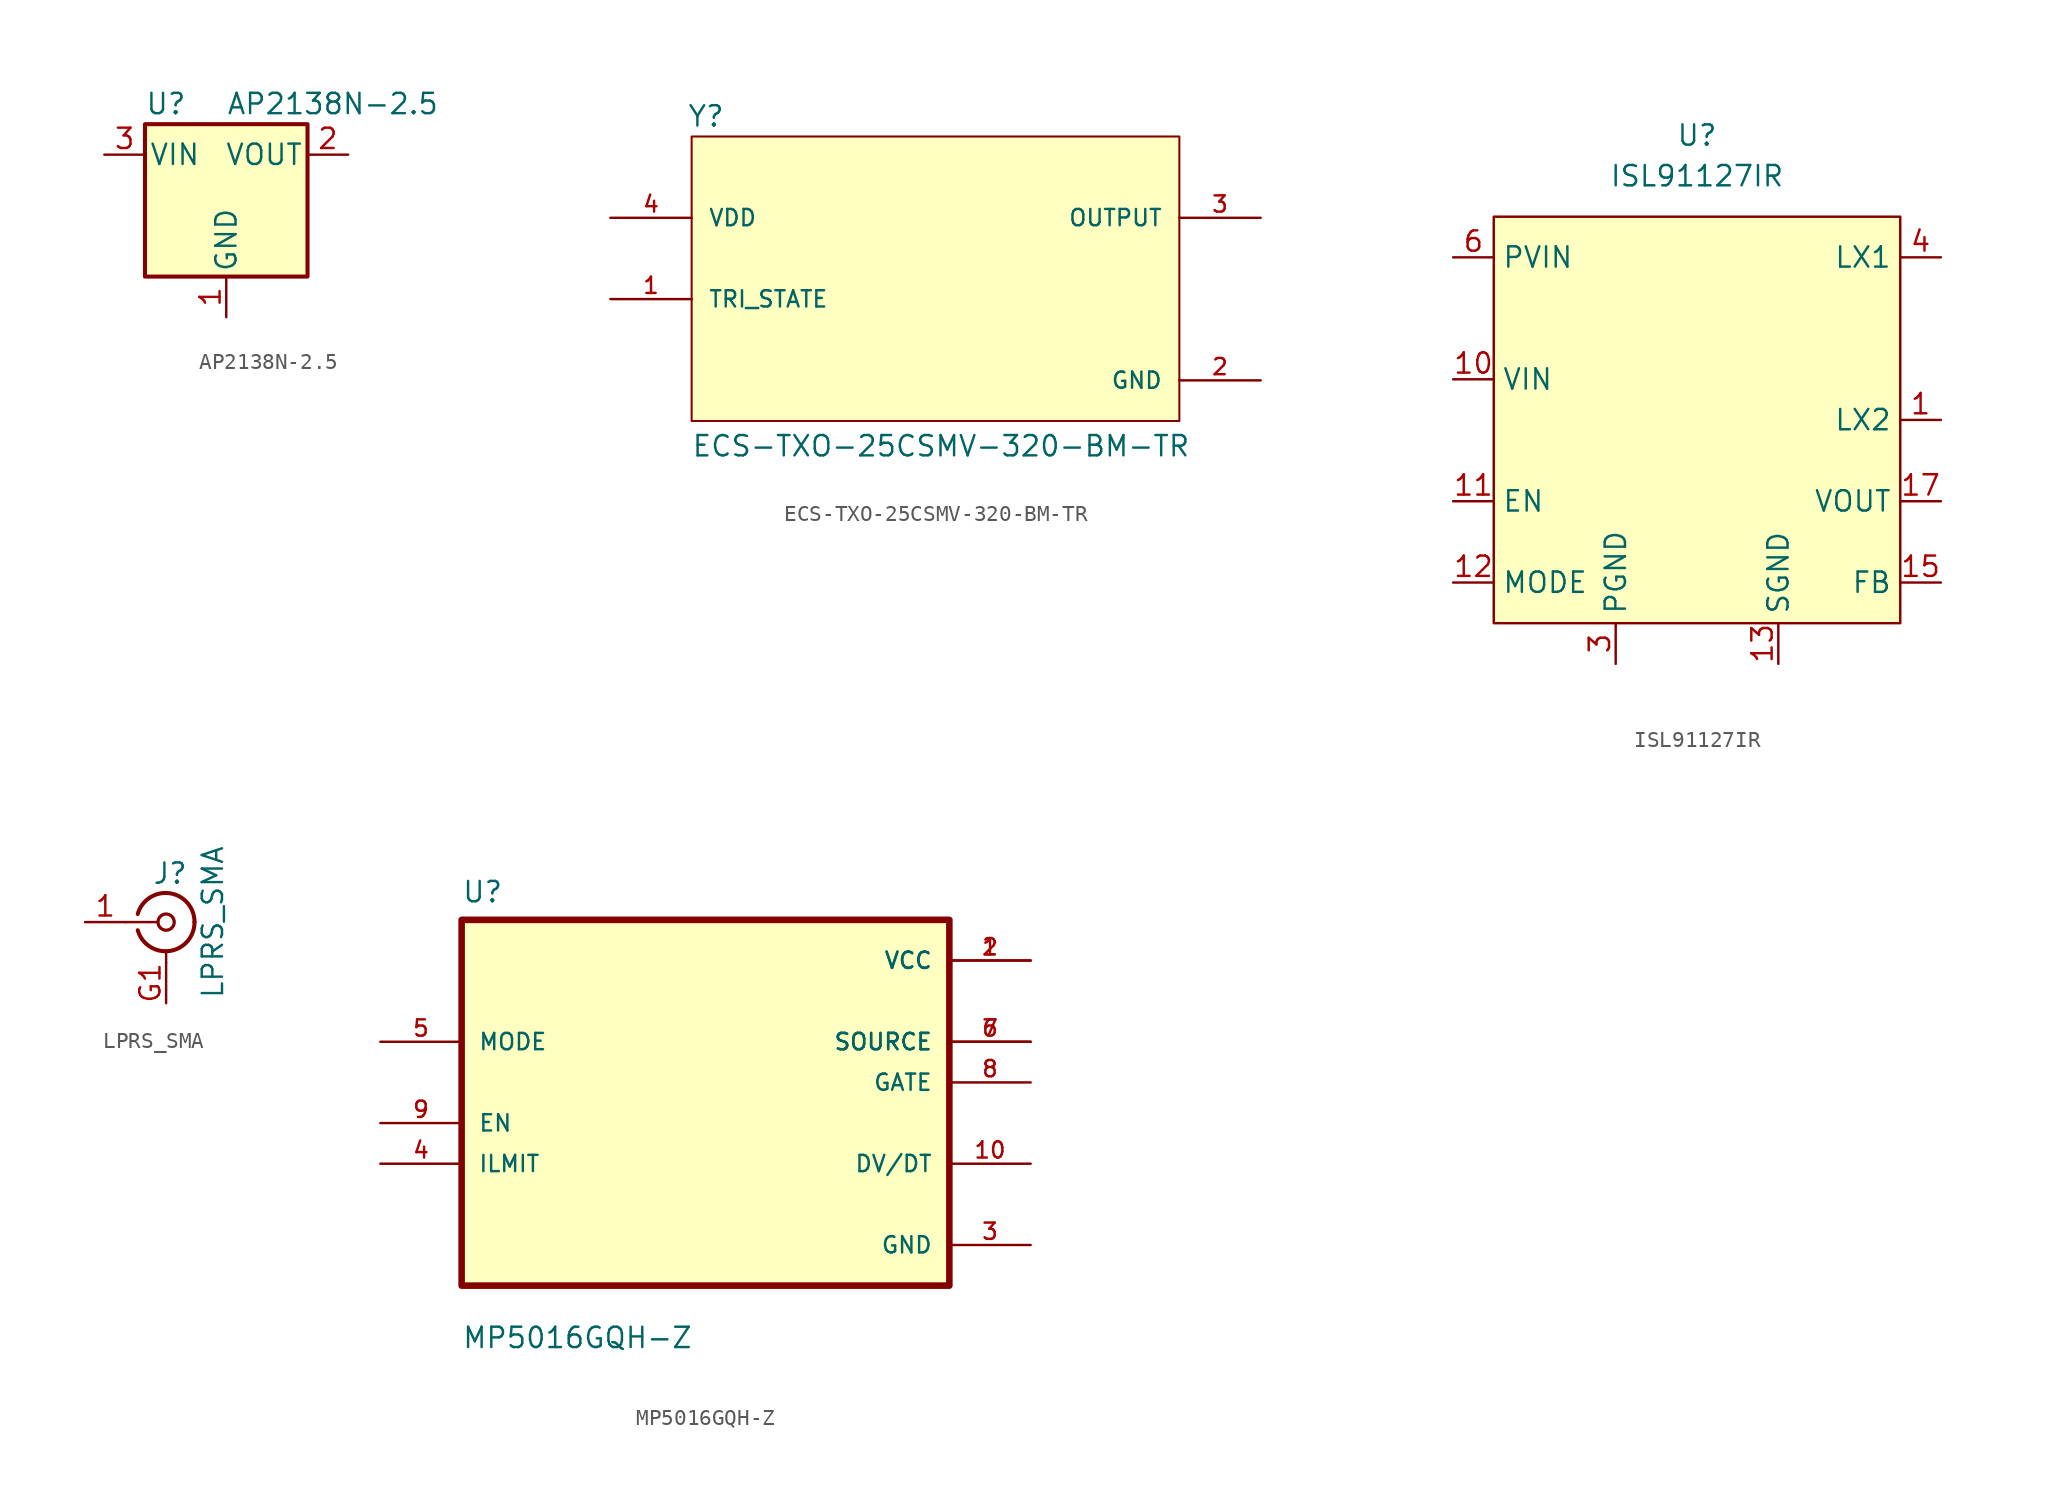
<source format=kicad_sym>
(kicad_symbol_lib
  (version 20211014)
  (generator kicad_symbol_editor)
  (symbol "AP2138N-2.5"
    (pin_names
      (offset 0.254))
    (property "Reference" "U"
      (at -5.08 5.715 0)
      (effects (font (size 1.27 1.27)) (justify left)))
    (property "Value" "AP2138N-2.5"
      (at 0 5.715 0)
      (effects (font (size 1.27 1.27)) (justify left)))
    (symbol "AP2138N-2.5_0_1"
      (rectangle (start -5.08 4.445) (end 5.08 -5.08) (stroke (width 0.254) (type default) (color 0 0 0 0)) (fill (type background))))
    (symbol "AP2138N-2.5_1_1"
      (pin power_in line (at 0 -7.62 90) (length 2.54) (name "GND" (effects (font (size 1.27 1.27)))) (number "1" (effects (font (size 1.27 1.27)))))
      (pin power_out line (at 7.62 2.54 180) (length 2.54) (name "VOUT" (effects (font (size 1.27 1.27)))) (number "2" (effects (font (size 1.27 1.27)))))
      (pin power_in line (at -7.62 2.54 0) (length 2.54) (name "VIN" (effects (font (size 1.27 1.27)))) (number "3" (effects (font (size 1.27 1.27)))))))
  (symbol "ECS-TXO-25CSMV-320-BM-TR"
    (pin_names
      (offset 1.016))
    (property "Reference" "Y"
      (at -15.525 8.144 0)
      (effects (font (size 1.27 1.27)) (justify left bottom)))
    (property "Value" "ECS-TXO-25CSMV-320-BM-TR"
      (at -15.268 -12.469 0)
      (effects (font (size 1.27 1.27)) (justify left bottom)))
    (symbol "ECS-TXO-25CSMV-320-BM-TR_0_0"
      (rectangle (start -15.24 -10.16) (end 15.24 7.62) (stroke (width 0.127) (type default) (color 0 0 0 0)) (fill (type background)))
      (pin input line (at -20.32 -2.54 0) (length 5.08) (name "TRI_STATE" (effects (font (size 1.016 1.016)))) (number "1" (effects (font (size 1.016 1.016)))))
      (pin power_in line (at 20.32 -7.62 180) (length 5.08) (name "GND" (effects (font (size 1.016 1.016)))) (number "2" (effects (font (size 1.016 1.016)))))
      (pin output line (at 20.32 2.54 180) (length 5.08) (name "OUTPUT" (effects (font (size 1.016 1.016)))) (number "3" (effects (font (size 1.016 1.016)))))
      (pin input line (at -20.32 2.54 0) (length 5.08) (name "VDD" (effects (font (size 1.016 1.016)))) (number "4" (effects (font (size 1.016 1.016)))))))
  (symbol "ISL91127IR"
    (property "Reference" "U"
      (at 0 5.08 0)
      (effects (font (size 1.27 1.27))))
    (property "Value" "ISL91127IR"
      (at 0 2.54 0)
      (effects (font (size 1.27 1.27))))
    (symbol "ISL91127IR_0_0"
      (pin passive line (at 15.24 -12.7 180) (length 2.54) (name "LX2" (effects (font (size 1.27 1.27)))) (number "1" (effects (font (size 1.27 1.27)))))
      (pin power_in line (at -15.24 -10.16 0) (length 2.54) (name "VIN" (effects (font (size 1.27 1.27)))) (number "10" (effects (font (size 1.27 1.27)))))
      (pin input line (at -15.24 -17.78 0) (length 2.54) (name "EN" (effects (font (size 1.27 1.27)))) (number "11" (effects (font (size 1.27 1.27)))))
      (pin input line (at -15.24 -22.86 0) (length 2.54) (name "MODE" (effects (font (size 1.27 1.27)))) (number "12" (effects (font (size 1.27 1.27)))))
      (pin passive line (at 5.08 -27.94 90) (length 2.54) (name "SGND" (effects (font (size 1.27 1.27)))) (number "13" (effects (font (size 1.27 1.27)))))
      (pin passive line (at 5.08 -27.94 90) (length 2.54) hide (name "SGND" (effects (font (size 1.27 1.27)))) (number "14" (effects (font (size 1.27 1.27)))))
      (pin input line (at 15.24 -22.86 180) (length 2.54) (name "FB" (effects (font (size 1.27 1.27)))) (number "15" (effects (font (size 1.27 1.27)))))
      (pin power_out line (at 15.24 -17.78 180) (length 2.54) (name "VOUT" (effects (font (size 1.27 1.27)))) (number "17" (effects (font (size 1.27 1.27)))))
      (pin power_out line (at 15.24 -17.78 180) (length 2.54) hide (name "VOUT" (effects (font (size 1.27 1.27)))) (number "18" (effects (font (size 1.27 1.27)))))
      (pin power_out line (at 15.24 -17.78 180) (length 2.54) hide (name "VOUT" (effects (font (size 1.27 1.27)))) (number "19" (effects (font (size 1.27 1.27)))))
      (pin passive line (at 15.24 -12.7 180) (length 2.54) hide (name "LX2" (effects (font (size 1.27 1.27)))) (number "2" (effects (font (size 1.27 1.27)))))
      (pin power_out line (at 15.24 -17.78 180) (length 2.54) hide (name "VOUT" (effects (font (size 1.27 1.27)))) (number "20" (effects (font (size 1.27 1.27)))))
      (pin passive line (at -5.08 -27.94 90) (length 2.54) hide (name "PGND" (effects (font (size 1.27 1.27)))) (number "21" (effects (font (size 1.27 1.27)))))
      (pin passive line (at -5.08 -27.94 90) (length 2.54) (name "PGND" (effects (font (size 1.27 1.27)))) (number "3" (effects (font (size 1.27 1.27)))))
      (pin passive line (at 15.24 -2.54 180) (length 2.54) (name "LX1" (effects (font (size 1.27 1.27)))) (number "4" (effects (font (size 1.27 1.27)))))
      (pin passive line (at 15.24 -2.54 180) (length 2.54) hide (name "LX1" (effects (font (size 1.27 1.27)))) (number "5" (effects (font (size 1.27 1.27)))))
      (pin power_in line (at -15.24 -2.54 0) (length 2.54) (name "PVIN" (effects (font (size 1.27 1.27)))) (number "6" (effects (font (size 1.27 1.27)))))
      (pin power_in line (at -15.24 -2.54 0) (length 2.54) hide (name "PVIN" (effects (font (size 1.27 1.27)))) (number "7" (effects (font (size 1.27 1.27)))))
      (pin power_in line (at -15.24 -2.54 0) (length 2.54) hide (name "PVIN" (effects (font (size 1.27 1.27)))) (number "8" (effects (font (size 1.27 1.27)))))
      (pin power_in line (at -15.24 -2.54 0) (length 2.54) hide (name "PVIN" (effects (font (size 1.27 1.27)))) (number "9" (effects (font (size 1.27 1.27))))))
    (symbol "ISL91127IR_0_1"
      (rectangle (start -12.7 0) (end 12.7 -25.4) (stroke (width 0) (type default) (color 0 0 0 0)) (fill (type background)))))
  (symbol "LPRS_SMA"
    (pin_names
      (offset 1.016) hide)
    (property "Reference" "J"
      (at 0.254 3.048 0)
      (effects (font (size 1.27 1.27))))
    (property "Value" "LPRS_SMA"
      (at 2.921 0 90)
      (effects (font (size 1.27 1.27))))
    (symbol "LPRS_SMA_0_0"
      (pin passive line (at 0 -5.08 90) (length 2.54) hide (name "Ext" (effects (font (size 1.27 1.27)))) (number "G2" (effects (font (size 1.27 1.27)))))
      (pin passive line (at 0 -5.08 90) (length 2.54) hide (name "Ext" (effects (font (size 1.27 1.27)))) (number "G3" (effects (font (size 1.27 1.27)))))
      (pin passive line (at 0 -5.08 90) (length 2.54) hide (name "Ext" (effects (font (size 1.27 1.27)))) (number "G4" (effects (font (size 1.27 1.27))))))
    (symbol "LPRS_SMA_0_1"
      (arc (start -1.778 -0.508) (mid 0.2311 -1.8066) (end 1.778 0) (stroke (width 0.254) (type default) (color 0 0 0 0)) (fill (type none)))
      (polyline (pts (xy -2.54 0) (xy -0.508 0)) (stroke (width 0) (type default) (color 0 0 0 0)) (fill (type none)))
      (polyline (pts (xy 0 -2.54) (xy 0 -1.778)) (stroke (width 0) (type default) (color 0 0 0 0)) (fill (type none)))
      (circle (center 0 0) (radius 0.508) (stroke (width 0.203) (type default) (color 0 0 0 0)) (fill (type none)))
      (arc (start 1.778 0) (mid 0.2099 1.8101) (end -1.778 0.508) (stroke (width 0.254) (type default) (color 0 0 0 0)) (fill (type none))))
    (symbol "LPRS_SMA_1_1"
      (pin passive line (at -5.08 0 0) (length 2.54) (name "In" (effects (font (size 1.27 1.27)))) (number "1" (effects (font (size 1.27 1.27)))))
      (pin passive line (at 0 -5.08 90) (length 2.54) (name "Ext" (effects (font (size 1.27 1.27)))) (number "G1" (effects (font (size 1.27 1.27)))))))
  (symbol "MP5016GQH-Z"
    (pin_names
      (offset 1.016))
    (property "Reference" "U"
      (at -15.24 13.7 0)
      (effects (font (size 1.27 1.27)) (justify left bottom)))
    (property "Value" "MP5016GQH-Z"
      (at -15.24 -14.16 0)
      (effects (font (size 1.27 1.27)) (justify left bottom)))
    (symbol "MP5016GQH-Z_0_0"
      (rectangle (start -15.24 -10.16) (end 15.24 12.7) (stroke (width 0.41) (type default) (color 0 0 0 0)) (fill (type background)))
      (pin power_in line (at 20.32 10.16 180) (length 5.08) (name "VCC" (effects (font (size 1.016 1.016)))) (number "1" (effects (font (size 1.016 1.016)))))
      (pin bidirectional line (at 20.32 -2.54 180) (length 5.08) (name "DV/DT" (effects (font (size 1.016 1.016)))) (number "10" (effects (font (size 1.016 1.016)))))
      (pin power_in line (at 20.32 10.16 180) (length 5.08) (name "VCC" (effects (font (size 1.016 1.016)))) (number "2" (effects (font (size 1.016 1.016)))))
      (pin power_in line (at 20.32 -7.62 180) (length 5.08) (name "GND" (effects (font (size 1.016 1.016)))) (number "3" (effects (font (size 1.016 1.016)))))
      (pin passive line (at -20.32 -2.54 0) (length 5.08) (name "ILMIT" (effects (font (size 1.016 1.016)))) (number "4" (effects (font (size 1.016 1.016)))))
      (pin input line (at -20.32 5.08 0) (length 5.08) (name "MODE" (effects (font (size 1.016 1.016)))) (number "5" (effects (font (size 1.016 1.016)))))
      (pin passive line (at 20.32 5.08 180) (length 5.08) (name "SOURCE" (effects (font (size 1.016 1.016)))) (number "6" (effects (font (size 1.016 1.016)))))
      (pin passive line (at 20.32 5.08 180) (length 5.08) (name "SOURCE" (effects (font (size 1.016 1.016)))) (number "7" (effects (font (size 1.016 1.016)))))
      (pin passive line (at 20.32 2.54 180) (length 5.08) (name "GATE" (effects (font (size 1.016 1.016)))) (number "8" (effects (font (size 1.016 1.016)))))
      (pin input line (at -20.32 0 0) (length 5.08) (name "EN" (effects (font (size 1.016 1.016)))) (number "9" (effects (font (size 1.016 1.016))))))))
</source>
